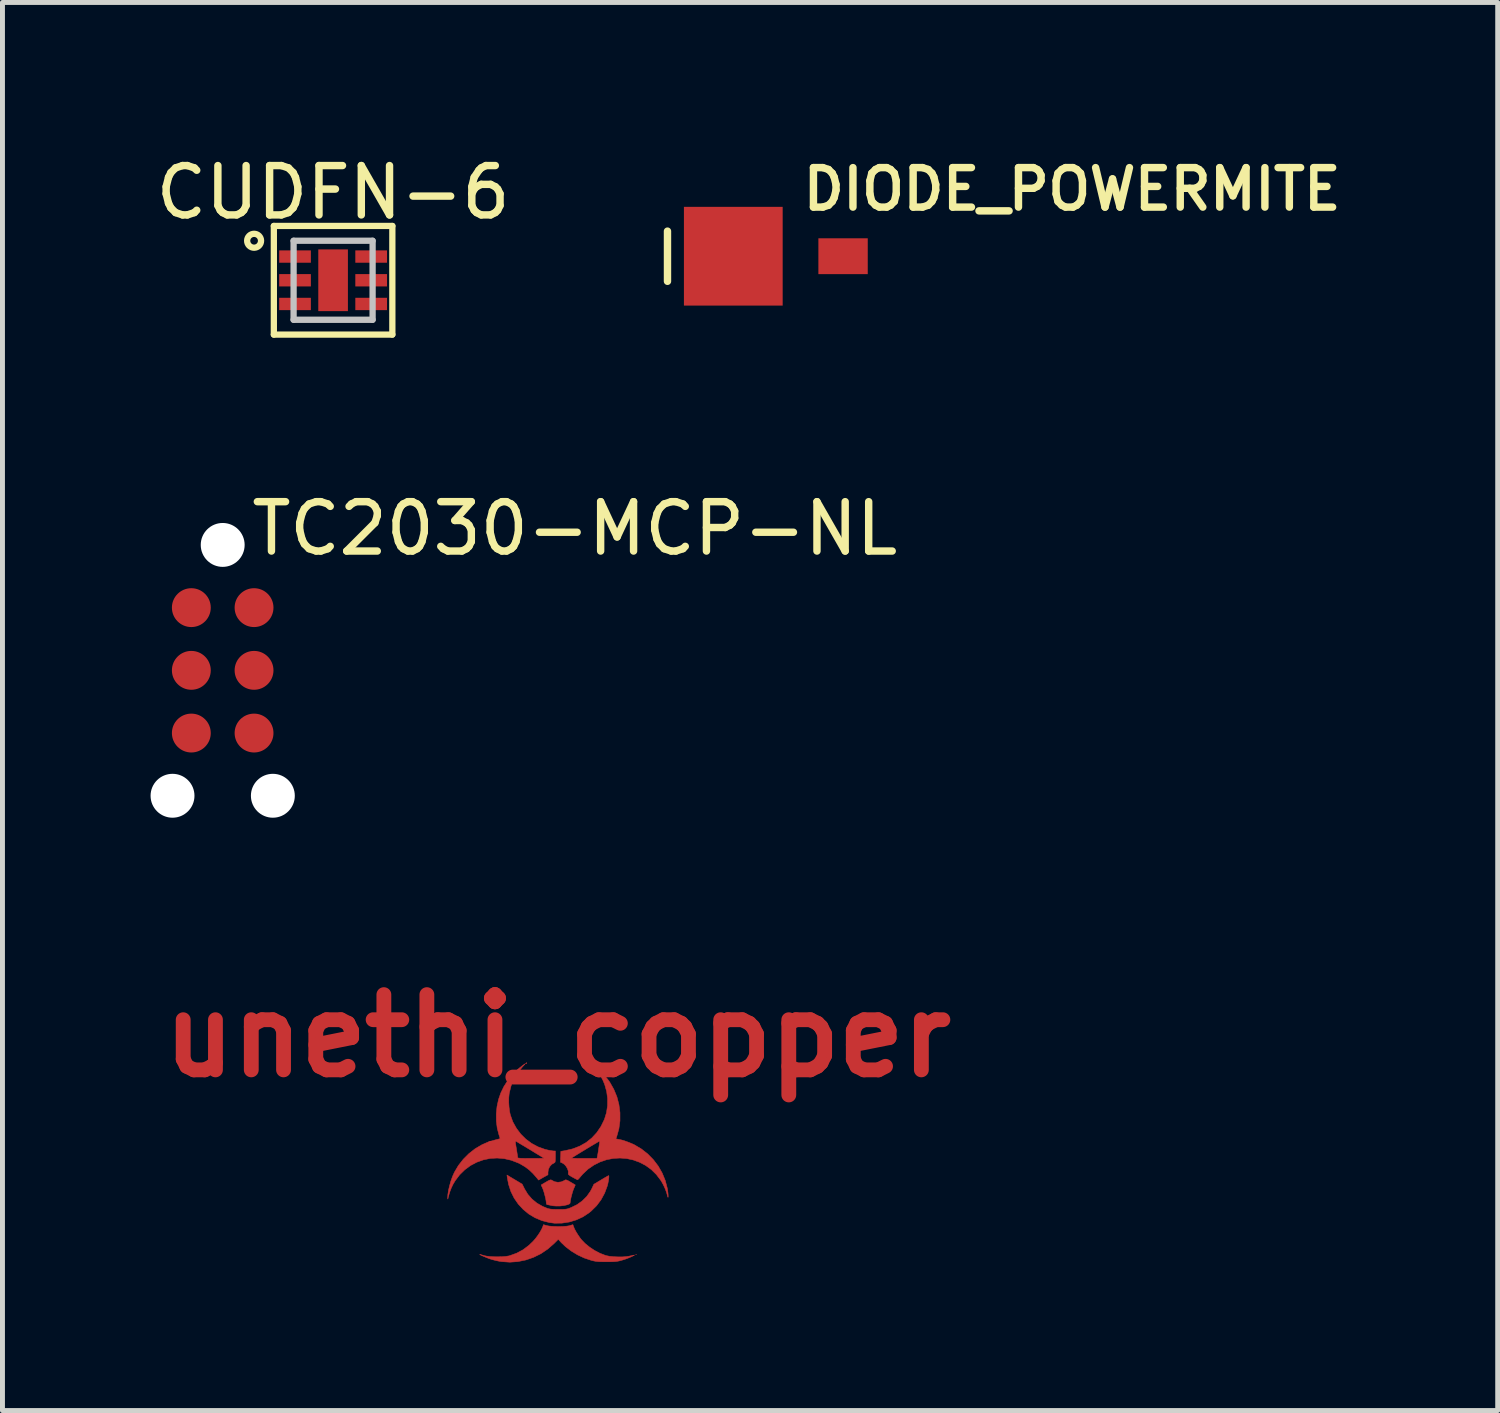
<source format=kicad_pcb>
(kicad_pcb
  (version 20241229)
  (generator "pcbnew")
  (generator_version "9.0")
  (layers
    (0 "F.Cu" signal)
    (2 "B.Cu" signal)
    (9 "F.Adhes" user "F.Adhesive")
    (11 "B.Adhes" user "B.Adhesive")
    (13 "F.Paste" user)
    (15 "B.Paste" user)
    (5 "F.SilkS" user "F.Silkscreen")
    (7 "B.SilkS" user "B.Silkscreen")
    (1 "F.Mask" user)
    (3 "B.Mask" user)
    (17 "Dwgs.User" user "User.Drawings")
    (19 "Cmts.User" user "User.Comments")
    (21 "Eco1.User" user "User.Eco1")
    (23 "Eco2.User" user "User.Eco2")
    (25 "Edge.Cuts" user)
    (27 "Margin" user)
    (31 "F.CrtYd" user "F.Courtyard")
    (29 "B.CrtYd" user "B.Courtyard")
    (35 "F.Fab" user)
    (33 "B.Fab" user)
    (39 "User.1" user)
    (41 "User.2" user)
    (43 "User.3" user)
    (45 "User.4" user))
  (footprint "TC2030-MCP-NL"
    (layer "F.Cu")
    (at 1.49 10.623)
    (property "Reference" "TC2030-MCP-NL" (at 0.478 -2.383 0) (layer "F.SilkS") (effects (font (size 1 1) (thickness 0.15)) (justify left bottom)))
    (attr through_hole)
    (pad "" np_thru_hole circle (at -1.046 2.443 270) (size 0.889 0.889) (drill 0.889) (layers "*.Cu"))
    (pad "" np_thru_hole circle (at -0.03 -2.637 270) (size 0.889 0.889) (drill 0.889) (layers "*.Cu"))
    (pad "" np_thru_hole circle (at 0.986 2.443 270) (size 0.889 0.889) (drill 0.889) (layers "*.Cu"))
    (pad "1" smd circle (at -0.665 -1.367 270) (size 0.787 0.787) (layers "F.Cu" "F.Mask" "F.Paste"))
    (pad "2" smd circle (at 0.605 -1.367 270) (size 0.787 0.787) (layers "F.Cu" "F.Mask" "F.Paste"))
    (pad "3" smd circle (at -0.665 -0.097 270) (size 0.787 0.787) (layers "F.Cu" "F.Mask" "F.Paste"))
    (pad "4" smd circle (at 0.605 -0.097 270) (size 0.787 0.787) (layers "F.Cu" "F.Mask" "F.Paste"))
    (pad "5" smd circle (at -0.665 1.173 270) (size 0.787 0.787) (layers "F.Cu" "F.Mask" "F.Paste"))
    (pad "6" smd circle (at 0.605 1.173 270) (size 0.787 0.787) (layers "F.Cu" "F.Mask" "F.Paste")))
  (footprint "CUDFN-6"
    (layer "F.Cu")
    (at 3.696 2.626)
    (property "Reference" "CUDFN-6" (at 0 -1.778 0) (layer "F.SilkS") (effects (font (size 1 1) (thickness 0.15))))
    (attr through_hole)
    (fp_line (start -1.2 -1.1) (end 1.2 -1.1) (stroke (width 0.127) (type solid)) (layer "F.SilkS"))
    (fp_line (start -1.2 1.1) (end -1.2 -1.1) (stroke (width 0.127) (type solid)) (layer "F.SilkS"))
    (fp_line (start 1.2 -1.1) (end 1.2 1.1) (stroke (width 0.127) (type solid)) (layer "F.SilkS"))
    (fp_line (start 1.2 1.1) (end -1.2 1.1) (stroke (width 0.127) (type solid)) (layer "F.SilkS"))
    (fp_circle (center -1.6 -0.8) (end -1.459 -0.8) (stroke (width 0.127) (type solid)) (fill no) (layer "F.SilkS"))
    (fp_line (start -0.8 -0.8) (end -0.8 0.8) (stroke (width 0.127) (type solid)) (layer "Dwgs.User"))
    (fp_line (start -0.8 0.8) (end 0.8 0.8) (stroke (width 0.127) (type solid)) (layer "Dwgs.User"))
    (fp_line (start 0.8 -0.8) (end -0.8 -0.8) (stroke (width 0.127) (type solid)) (layer "Dwgs.User"))
    (fp_line (start 0.8 0.8) (end 0.8 -0.8) (stroke (width 0.127) (type solid)) (layer "Dwgs.User"))
    (pad "P1" smd rect (at -0.771 -0.48) (size 0.642 0.25) (layers "F.Cu" "F.Mask" "F.Paste"))
    (pad "P2" smd rect (at -0.771 0.000094) (size 0.642 0.25) (layers "F.Cu" "F.Mask" "F.Paste"))
    (pad "P3" smd rect (at -0.771 0.48) (size 0.642 0.25) (layers "F.Cu" "F.Mask" "F.Paste"))
    (pad "P4" smd rect (at 0.771 0.48) (size 0.642 0.25) (layers "F.Cu" "F.Mask" "F.Paste"))
    (pad "P5" smd rect (at 0.771 0.000094) (size 0.642 0.25) (layers "F.Cu" "F.Mask" "F.Paste"))
    (pad "P6" smd rect (at 0.771 -0.48) (size 0.642 0.25) (layers "F.Cu" "F.Mask" "F.Paste"))
    (pad "PLAR" smd rect (at 0 0) (size 0.6 1.25) (layers "F.Cu" "F.Mask" "F.Paste")))
  (footprint "DIODE_POWERMITE"
    (layer "F.Cu")
    (at 12.754 2.139)
    (property "Reference" "DIODE_POWERMITE" (at 0.381 -0.889 0) (layer "F.SilkS") (effects (font (size 0.8 0.8) (thickness 0.15)) (justify left bottom)))
    (attr through_hole)
    (fp_line (start -2.286 -0.508) (end -2.286 0.508) (stroke (width 0.15) (type solid)) (layer "F.SilkS"))
    (pad "1" smd rect (at -0.953 0) (size 2 2) (layers "F.Cu" "F.Mask" "F.Paste"))
    (pad "2" smd rect (at 1.27 0 90) (size 0.726 1) (layers "F.Cu" "F.Mask" "F.Paste")))
  (footprint "unethi_copper"
    (layer "F.Cu")
    (at 8.244 20.468)
    (property "Reference" "unethi_copper" (at 0 -2.54 0) (layer "F.Cu") (effects (font (size 1.524 1.524) (thickness 0.3))))
    (attr through_hole)
    (fp_poly (pts (xy 1.593 1.888) (xy 1.587 1.893) (xy 1.582 1.888) (xy 1.587 1.882) (xy 1.593 1.888)) (stroke (width 0.01) (type solid)) (fill yes) (layer "F.Cu"))
    (fp_poly (pts (xy -0.627 -1.99) (xy -0.629 -1.986) (xy -0.64 -1.975) (xy -0.642 -1.974) (xy -0.643 -1.982) (xy -0.641 -1.986) (xy -0.63 -1.997) (xy -0.628 -1.997) (xy -0.627 -1.99)) (stroke (width 0.01) (type solid)) (fill yes) (layer "F.Cu"))
    (fp_poly (pts (xy -0.127 0.38) (xy -0.064 0.414) (xy 0.005 0.426) (xy 0.074 0.417) (xy 0.139 0.388) (xy 0.15 0.38) (xy 0.163 0.376) (xy 0.184 0.381) (xy 0.216 0.396) (xy 0.26 0.422) (xy 0.301 0.446) (xy 0.333 0.465) (xy 0.352 0.477) (xy 0.356 0.479) (xy 0.353 0.491) (xy 0.343 0.515) (xy 0.335 0.532) (xy 0.32 0.567) (xy 0.303 0.616) (xy 0.287 0.673) (xy 0.272 0.73) (xy 0.261 0.782) (xy 0.255 0.821) (xy 0.254 0.831) (xy 0.251 0.85) (xy 0.24 0.863) (xy 0.214 0.875) (xy 0.193 0.882) (xy 0.128 0.897) (xy 0.05 0.906) (xy -0.031 0.907) (xy -0.105 0.901) (xy -0.133 0.895) (xy -0.172 0.886) (xy -0.203 0.88) (xy -0.216 0.878) (xy -0.227 0.867) (xy -0.231 0.84) (xy -0.231 0.839) (xy -0.235 0.802) (xy -0.244 0.751) (xy -0.259 0.692) (xy -0.275 0.632) (xy -0.292 0.578) (xy -0.309 0.537) (xy -0.311 0.532) (xy -0.325 0.502) (xy -0.333 0.483) (xy -0.333 0.479) (xy -0.322 0.472) (xy -0.296 0.457) (xy -0.259 0.435) (xy -0.237 0.422) (xy -0.19 0.395) (xy -0.159 0.381) (xy -0.139 0.376) (xy -0.127 0.38)) (stroke (width 0.01) (type solid)) (fill yes) (layer "F.Cu"))
    (fp_poly (pts (xy -0.873 0.371) (xy -0.719 0.463) (xy -0.669 0.563) (xy -0.604 0.67) (xy -0.52 0.766) (xy -0.42 0.848) (xy -0.305 0.914) (xy -0.208 0.954) (xy -0.175 0.963) (xy -0.138 0.97) (xy -0.092 0.973) (xy -0.031 0.975) (xy 0.017 0.975) (xy 0.083 0.975) (xy 0.131 0.973) (xy 0.168 0.97) (xy 0.199 0.964) (xy 0.23 0.954) (xy 0.268 0.939) (xy 0.273 0.937) (xy 0.392 0.879) (xy 0.498 0.803) (xy 0.589 0.713) (xy 0.662 0.61) (xy 0.694 0.55) (xy 0.733 0.466) (xy 0.877 0.38) (xy 0.928 0.349) (xy 0.973 0.323) (xy 1.008 0.303) (xy 1.028 0.292) (xy 1.031 0.29) (xy 1.037 0.297) (xy 1.037 0.322) (xy 1.034 0.361) (xy 1.026 0.407) (xy 1.016 0.458) (xy 1.004 0.503) (xy 0.951 0.646) (xy 0.878 0.78) (xy 0.787 0.902) (xy 0.678 1.009) (xy 0.635 1.044) (xy 0.511 1.126) (xy 0.376 1.188) (xy 0.233 1.231) (xy 0.087 1.253) (xy -0.061 1.255) (xy -0.169 1.241) (xy -0.318 1.203) (xy -0.457 1.145) (xy -0.584 1.069) (xy -0.698 0.975) (xy -0.798 0.867) (xy -0.882 0.745) (xy -0.948 0.611) (xy -0.995 0.466) (xy -1.02 0.333) (xy -1.027 0.279) (xy -0.873 0.371)) (stroke (width 0.01) (type solid)) (fill yes) (layer "F.Cu"))
    (fp_poly (pts (xy 0.323 1.326) (xy 0.343 1.374) (xy 0.375 1.433) (xy 0.414 1.495) (xy 0.455 1.555) (xy 0.48 1.587) (xy 0.555 1.665) (xy 0.646 1.739) (xy 0.748 1.807) (xy 0.855 1.863) (xy 0.961 1.904) (xy 0.987 1.912) (xy 1.053 1.925) (xy 1.134 1.933) (xy 1.223 1.937) (xy 1.311 1.937) (xy 1.391 1.931) (xy 1.441 1.923) (xy 1.487 1.914) (xy 1.527 1.905) (xy 1.552 1.9) (xy 1.556 1.899) (xy 1.556 1.901) (xy 1.538 1.911) (xy 1.507 1.927) (xy 1.49 1.935) (xy 1.438 1.957) (xy 1.375 1.981) (xy 1.312 2.001) (xy 1.294 2.006) (xy 1.25 2.018) (xy 1.21 2.026) (xy 1.17 2.031) (xy 1.124 2.034) (xy 1.066 2.036) (xy 0.991 2.036) (xy 0.987 2.036) (xy 0.912 2.036) (xy 0.853 2.034) (xy 0.807 2.031) (xy 0.767 2.026) (xy 0.727 2.018) (xy 0.683 2.007) (xy 0.676 2.005) (xy 0.538 1.959) (xy 0.403 1.896) (xy 0.275 1.818) (xy 0.16 1.73) (xy 0.077 1.651) (xy 0.012 1.581) (xy -0.073 1.666) (xy -0.201 1.778) (xy -0.34 1.872) (xy -0.488 1.945) (xy -0.643 1.999) (xy -0.804 2.032) (xy -0.967 2.044) (xy -1.131 2.033) (xy -1.183 2.025) (xy -1.24 2.013) (xy -1.301 1.998) (xy -1.351 1.984) (xy -1.392 1.97) (xy -1.438 1.952) (xy -1.484 1.933) (xy -1.526 1.915) (xy -1.558 1.9) (xy -1.576 1.89) (xy -1.579 1.886) (xy -1.567 1.888) (xy -1.539 1.896) (xy -1.501 1.907) (xy -1.5 1.908) (xy -1.447 1.92) (xy -1.378 1.929) (xy -1.297 1.934) (xy -1.212 1.935) (xy -1.129 1.933) (xy -1.052 1.927) (xy -0.989 1.917) (xy -0.97 1.912) (xy -0.829 1.861) (xy -0.702 1.793) (xy -0.586 1.706) (xy -0.5 1.624) (xy -0.451 1.568) (xy -0.403 1.504) (xy -0.359 1.438) (xy -0.324 1.376) (xy -0.301 1.324) (xy -0.3 1.321) (xy -0.288 1.284) (xy -0.222 1.303) (xy -0.175 1.312) (xy -0.113 1.318) (xy -0.04 1.321) (xy 0.037 1.322) (xy 0.112 1.32) (xy 0.179 1.315) (xy 0.231 1.307) (xy 0.249 1.302) (xy 0.308 1.284) (xy 0.323 1.326)) (stroke (width 0.01) (type solid)) (fill yes) (layer "F.Cu"))
    (fp_poly (pts (xy 0.727 -1.939) (xy 0.802 -1.882) (xy 0.88 -1.81) (xy 0.955 -1.73) (xy 1.022 -1.648) (xy 1.055 -1.602) (xy 1.137 -1.457) (xy 1.2 -1.305) (xy 1.241 -1.146) (xy 1.262 -0.983) (xy 1.262 -0.82) (xy 1.24 -0.658) (xy 1.196 -0.5) (xy 1.196 -0.5) (xy 1.179 -0.453) (xy 1.23 -0.445) (xy 1.291 -0.432) (xy 1.365 -0.41) (xy 1.444 -0.381) (xy 1.52 -0.349) (xy 1.552 -0.334) (xy 1.694 -0.25) (xy 1.823 -0.149) (xy 1.937 -0.033) (xy 2.036 0.097) (xy 2.117 0.239) (xy 2.179 0.39) (xy 2.22 0.547) (xy 2.228 0.596) (xy 2.234 0.642) (xy 2.237 0.681) (xy 2.238 0.711) (xy 2.237 0.728) (xy 2.233 0.73) (xy 2.227 0.713) (xy 2.224 0.699) (xy 2.205 0.631) (xy 2.176 0.554) (xy 2.139 0.474) (xy 2.098 0.401) (xy 2.088 0.386) (xy 1.998 0.268) (xy 1.896 0.168) (xy 1.782 0.085) (xy 1.66 0.021) (xy 1.531 -0.026) (xy 1.397 -0.055) (xy 1.261 -0.065) (xy 1.125 -0.057) (xy 0.99 -0.031) (xy 0.859 0.014) (xy 0.734 0.077) (xy 0.616 0.158) (xy 0.509 0.259) (xy 0.466 0.308) (xy 0.439 0.341) (xy 0.417 0.364) (xy 0.405 0.375) (xy 0.404 0.375) (xy 0.391 0.37) (xy 0.363 0.356) (xy 0.324 0.335) (xy 0.302 0.323) (xy 0.258 0.298) (xy 0.231 0.279) (xy 0.217 0.265) (xy 0.214 0.252) (xy 0.215 0.247) (xy 0.216 0.202) (xy 0.2 0.153) (xy 0.172 0.104) (xy 0.135 0.062) (xy 0.093 0.035) (xy 0.092 0.034) (xy 0.057 0.02) (xy 0.059 -0.064) (xy 0.28 -0.064) (xy 0.289 -0.062) (xy 0.318 -0.061) (xy 0.364 -0.059) (xy 0.423 -0.058) (xy 0.493 -0.058) (xy 0.535 -0.058) (xy 0.796 -0.058) (xy 0.802 -0.084) (xy 0.807 -0.109) (xy 0.814 -0.149) (xy 0.822 -0.197) (xy 0.83 -0.251) (xy 0.838 -0.303) (xy 0.845 -0.35) (xy 0.85 -0.386) (xy 0.852 -0.407) (xy 0.852 -0.41) (xy 0.842 -0.405) (xy 0.815 -0.39) (xy 0.775 -0.366) (xy 0.724 -0.336) (xy 0.665 -0.301) (xy 0.601 -0.263) (xy 0.536 -0.223) (xy 0.473 -0.185) (xy 0.413 -0.148) (xy 0.361 -0.116) (xy 0.32 -0.09) (xy 0.292 -0.072) (xy 0.28 -0.064) (xy 0.059 -0.064) (xy 0.06 -0.091) (xy 0.064 -0.201) (xy 0.15 -0.215) (xy 0.304 -0.251) (xy 0.446 -0.306) (xy 0.576 -0.379) (xy 0.691 -0.471) (xy 0.792 -0.58) (xy 0.877 -0.705) (xy 0.946 -0.846) (xy 0.948 -0.851) (xy 0.989 -0.985) (xy 1.01 -1.126) (xy 1.011 -1.27) (xy 0.992 -1.413) (xy 0.953 -1.552) (xy 0.918 -1.637) (xy 0.877 -1.716) (xy 0.833 -1.785) (xy 0.78 -1.853) (xy 0.728 -1.91) (xy 0.652 -1.99) (xy 0.727 -1.939)) (stroke (width 0.01) (type solid)) (fill yes) (layer "F.Cu"))
    (fp_poly (pts (xy -0.714 -1.911) (xy -0.812 -1.789) (xy -0.889 -1.661) (xy -0.944 -1.526) (xy -0.98 -1.382) (xy -0.982 -1.368) (xy -0.99 -1.288) (xy -0.991 -1.195) (xy -0.985 -1.099) (xy -0.974 -1.009) (xy -0.958 -0.936) (xy -0.907 -0.796) (xy -0.836 -0.668) (xy -0.748 -0.551) (xy -0.644 -0.448) (xy -0.527 -0.361) (xy -0.398 -0.292) (xy -0.259 -0.242) (xy -0.194 -0.226) (xy -0.147 -0.217) (xy -0.106 -0.211) (xy -0.078 -0.208) (xy -0.076 -0.208) (xy -0.046 -0.208) (xy -0.046 -0.092) (xy -0.047 -0.038) (xy -0.049 -0.003) (xy -0.053 0.017) (xy -0.06 0.028) (xy -0.066 0.031) (xy -0.12 0.062) (xy -0.162 0.109) (xy -0.189 0.168) (xy -0.196 0.223) (xy -0.196 0.273) (xy -0.292 0.327) (xy -0.387 0.381) (xy -0.421 0.338) (xy -0.501 0.247) (xy -0.579 0.173) (xy -0.662 0.111) (xy -0.755 0.056) (xy -0.797 0.035) (xy -0.939 -0.02) (xy -1.082 -0.053) (xy -1.226 -0.065) (xy -1.368 -0.057) (xy -1.507 -0.028) (xy -1.64 0.02) (xy -1.766 0.087) (xy -1.881 0.172) (xy -1.985 0.274) (xy -2.075 0.393) (xy -2.117 0.463) (xy -2.154 0.54) (xy -2.187 0.627) (xy -2.211 0.71) (xy -2.217 0.733) (xy -2.222 0.76) (xy -2.225 0.765) (xy -2.227 0.751) (xy -2.227 0.745) (xy -2.224 0.675) (xy -2.211 0.59) (xy -2.19 0.498) (xy -2.163 0.403) (xy -2.131 0.312) (xy -2.095 0.231) (xy -2.093 0.226) (xy -2.011 0.087) (xy -1.912 -0.04) (xy -1.798 -0.154) (xy -1.672 -0.253) (xy -1.535 -0.334) (xy -1.398 -0.394) (xy -0.855 -0.394) (xy -0.854 -0.371) (xy -0.849 -0.334) (xy -0.84 -0.278) (xy -0.835 -0.25) (xy -0.826 -0.191) (xy -0.818 -0.139) (xy -0.812 -0.099) (xy -0.809 -0.076) (xy -0.808 -0.072) (xy -0.803 -0.067) (xy -0.786 -0.064) (xy -0.754 -0.061) (xy -0.707 -0.059) (xy -0.641 -0.058) (xy -0.554 -0.058) (xy -0.541 -0.058) (xy -0.465 -0.058) (xy -0.398 -0.058) (xy -0.343 -0.059) (xy -0.303 -0.06) (xy -0.281 -0.061) (xy -0.278 -0.062) (xy -0.289 -0.069) (xy -0.317 -0.086) (xy -0.358 -0.112) (xy -0.41 -0.143) (xy -0.469 -0.179) (xy -0.532 -0.218) (xy -0.597 -0.257) (xy -0.66 -0.295) (xy -0.719 -0.33) (xy -0.769 -0.36) (xy -0.808 -0.384) (xy -0.833 -0.399) (xy -0.84 -0.402) (xy -0.848 -0.406) (xy -0.854 -0.404) (xy -0.855 -0.394) (xy -1.398 -0.394) (xy -1.392 -0.397) (xy -1.243 -0.438) (xy -1.238 -0.439) (xy -1.201 -0.448) (xy -1.175 -0.456) (xy -1.166 -0.462) (xy -1.17 -0.476) (xy -1.179 -0.505) (xy -1.19 -0.538) (xy -1.224 -0.67) (xy -1.242 -0.813) (xy -1.243 -0.962) (xy -1.228 -1.111) (xy -1.196 -1.256) (xy -1.152 -1.383) (xy -1.089 -1.513) (xy -1.009 -1.638) (xy -0.917 -1.754) (xy -0.816 -1.856) (xy -0.71 -1.94) (xy -0.71 -1.94) (xy -0.652 -1.979) (xy -0.714 -1.911)) (stroke (width 0.01) (type solid)) (fill yes) (layer "F.Cu")))
  (gr_rect
    (start -3 -3)
    (end 27.282 25.517)
    (stroke (width 0.1) (type default))
    (fill no)
    (layer "Edge.Cuts")))
</source>
